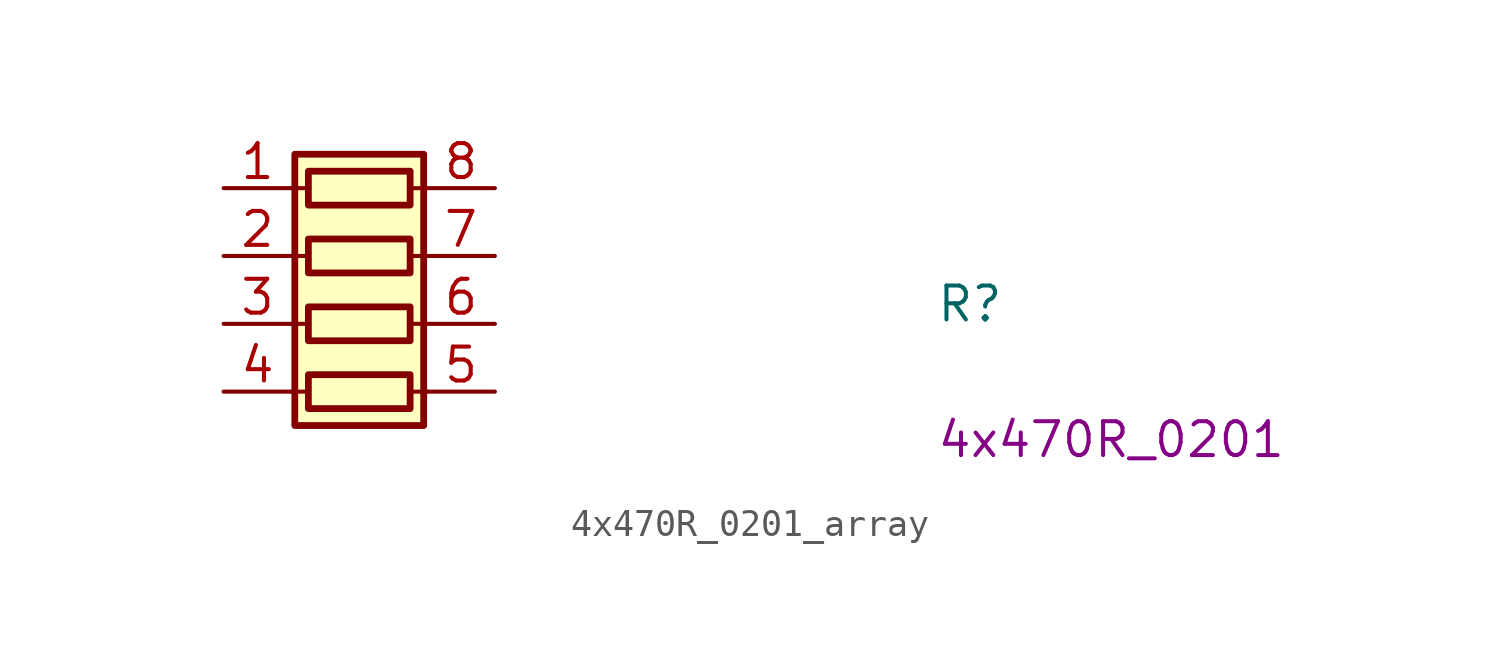
<source format=kicad_sym>
(kicad_symbol_lib
  (version 20211014)
  (generator kicad_symbol_editor)
  (symbol "4x470R_0201_array"
    (pin_names hide)
    (property "Reference" "R"
      (at 26.67 -5.08 0)
      (effects (font (size 1.27 1.27) (thickness 0.15)) (justify left bottom)))
    (property "Val" "4x470R_0201"
      (at 26.67 -10.16 0)
      (effects (font (size 1.27 1.27) (thickness 0.15)) (justify left bottom)))
    (symbol "4x470R_0201_array_0_1"
      (polyline (pts (xy 2.54 -7.62) (xy 3.175 -7.62)) (stroke (width 0) (type default) (color 0 0 0 0)) (fill (type none)))
      (polyline (pts (xy 2.54 -5.08) (xy 3.175 -5.08)) (stroke (width 0) (type default) (color 0 0 0 0)) (fill (type none)))
      (polyline (pts (xy 2.54 -2.54) (xy 3.175 -2.54)) (stroke (width 0) (type default) (color 0 0 0 0)) (fill (type none)))
      (polyline (pts (xy 2.54 0) (xy 3.175 0)) (stroke (width 0) (type default) (color 0 0 0 0)) (fill (type none)))
      (polyline (pts (xy 6.985 -7.62) (xy 7.62 -7.62)) (stroke (width 0) (type default) (color 0 0 0 0)) (fill (type none)))
      (polyline (pts (xy 6.985 -5.08) (xy 7.62 -5.08)) (stroke (width 0) (type default) (color 0 0 0 0)) (fill (type none)))
      (polyline (pts (xy 6.985 -2.54) (xy 7.62 -2.54)) (stroke (width 0) (type default) (color 0 0 0 0)) (fill (type none)))
      (polyline (pts (xy 6.985 0) (xy 7.62 0)) (stroke (width 0) (type default) (color 0 0 0 0)) (fill (type none)))
      (rectangle (start 2.667 1.27) (end 7.493 -8.89) (stroke (width 0.254) (type default) (color 0 0 0 0)) (fill (type background)))
      (rectangle (start 6.985 -6.985) (end 3.175 -8.255) (stroke (width 0.254) (type default) (color 0 0 0 0)) (fill (type none)))
      (rectangle (start 6.985 -4.445) (end 3.175 -5.715) (stroke (width 0.254) (type default) (color 0 0 0 0)) (fill (type none)))
      (rectangle (start 6.985 -1.905) (end 3.175 -3.175) (stroke (width 0.254) (type default) (color 0 0 0 0)) (fill (type none)))
      (rectangle (start 6.985 0.635) (end 3.175 -0.635) (stroke (width 0.254) (type default) (color 0 0 0 0)) (fill (type none))))
    (symbol "4x470R_0201_array_1_1"
      (pin passive line (at 0 0 0) (length 2.54) (name "R1.1" (effects (font (size 1.27 1.27)))) (number "1" (effects (font (size 1.27 1.27)))))
      (pin passive line (at 0 -2.54 0) (length 2.54) (name "R2.1" (effects (font (size 1.27 1.27)))) (number "2" (effects (font (size 1.27 1.27)))))
      (pin passive line (at 0 -5.08 0) (length 2.54) (name "R3.1" (effects (font (size 1.27 1.27)))) (number "3" (effects (font (size 1.27 1.27)))))
      (pin passive line (at 0 -7.62 0) (length 2.54) (name "R4.1" (effects (font (size 1.27 1.27)))) (number "4" (effects (font (size 1.27 1.27)))))
      (pin passive line (at 10.16 -7.62 180) (length 2.54) (name "R4.2" (effects (font (size 1.27 1.27)))) (number "5" (effects (font (size 1.27 1.27)))))
      (pin passive line (at 10.16 -5.08 180) (length 2.54) (name "R3.2" (effects (font (size 1.27 1.27)))) (number "6" (effects (font (size 1.27 1.27)))))
      (pin passive line (at 10.16 -2.54 180) (length 2.54) (name "R2.2" (effects (font (size 1.27 1.27)))) (number "7" (effects (font (size 1.27 1.27)))))
      (pin passive line (at 10.16 0 180) (length 2.54) (name "R1.2" (effects (font (size 1.27 1.27)))) (number "8" (effects (font (size 1.27 1.27))))))))
</source>
